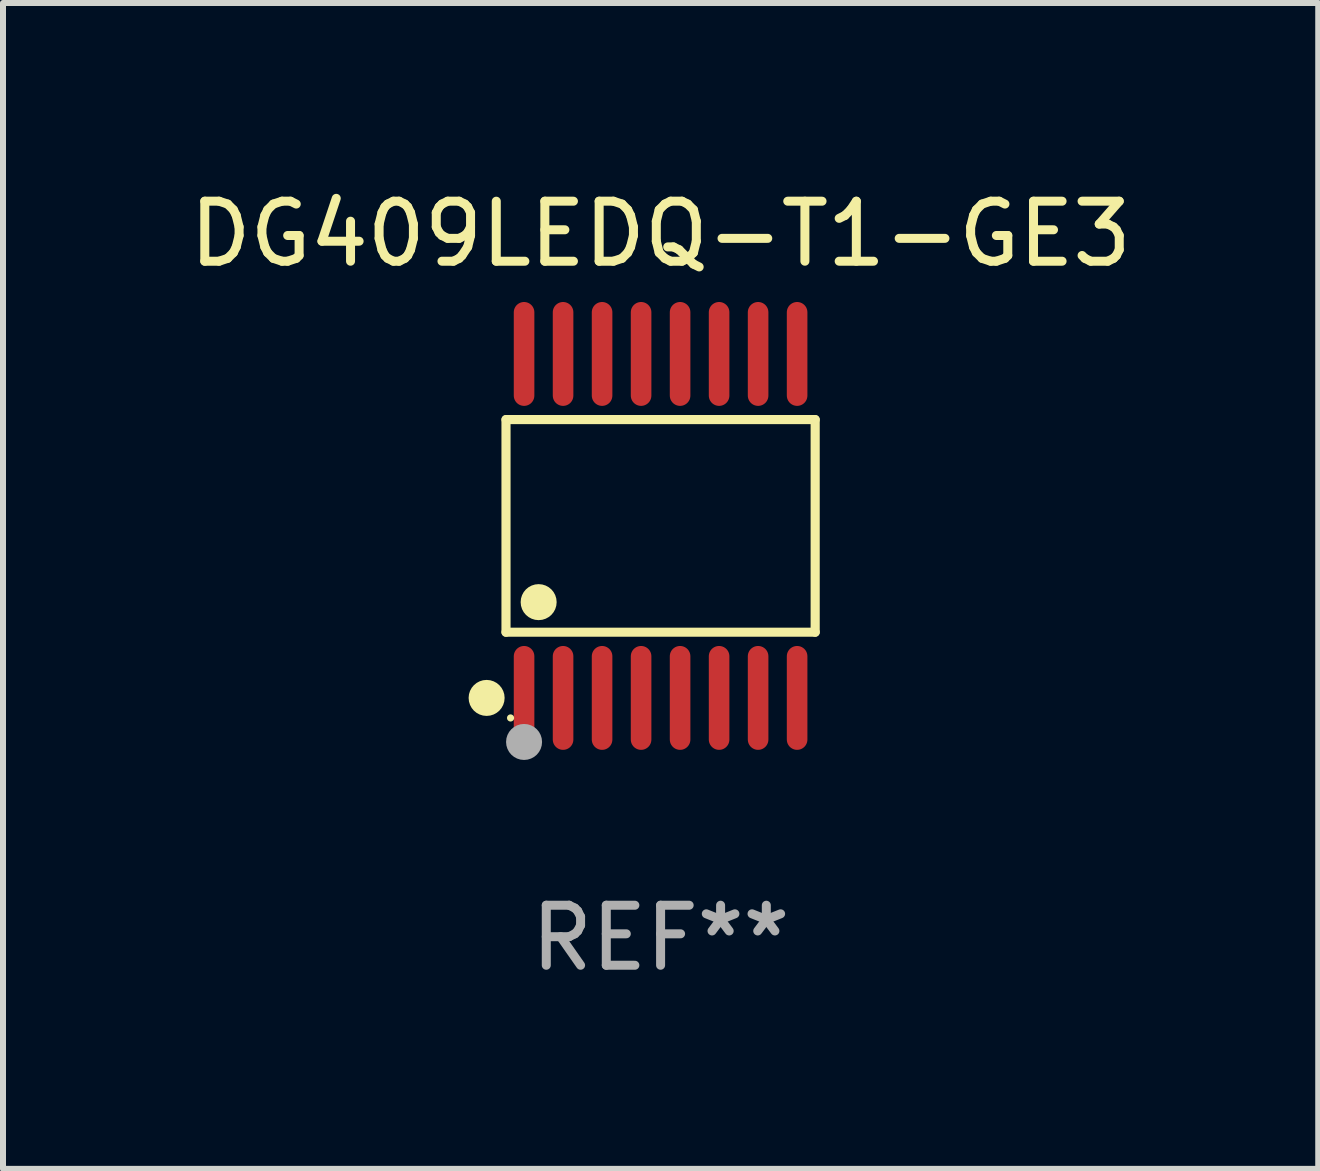
<source format=kicad_pcb>
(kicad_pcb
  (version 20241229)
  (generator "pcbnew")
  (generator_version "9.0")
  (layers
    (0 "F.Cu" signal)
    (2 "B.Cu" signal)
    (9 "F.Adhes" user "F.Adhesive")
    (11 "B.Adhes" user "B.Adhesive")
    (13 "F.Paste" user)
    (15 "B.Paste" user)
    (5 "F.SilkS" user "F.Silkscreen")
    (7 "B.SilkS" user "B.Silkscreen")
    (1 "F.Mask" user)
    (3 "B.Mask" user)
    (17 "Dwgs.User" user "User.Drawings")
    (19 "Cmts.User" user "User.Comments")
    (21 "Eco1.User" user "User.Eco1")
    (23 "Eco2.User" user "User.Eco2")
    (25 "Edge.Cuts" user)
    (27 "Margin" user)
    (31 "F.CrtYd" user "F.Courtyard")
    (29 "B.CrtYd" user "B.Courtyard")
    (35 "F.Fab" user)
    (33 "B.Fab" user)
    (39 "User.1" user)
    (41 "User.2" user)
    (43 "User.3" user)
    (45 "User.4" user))
  (footprint "DG409LEDQ-T1-GE3"
    (layer "F.Cu")
    (at 7.958 5.714)
    (property "Reference" "DG409LEDQ-T1-GE3" (at 0 -4.866 0) (layer "F.SilkS") (effects (font (size 1 1) (thickness 0.15))))
    (attr through_hole)
    (fp_line (start -2.576 -1.772) (end 2.576 -1.772) (stroke (width 0.152) (type solid)) (layer "F.SilkS"))
    (fp_line (start -2.576 1.771) (end -2.576 -1.772) (stroke (width 0.152) (type solid)) (layer "F.SilkS"))
    (fp_line (start 2.576 -1.772) (end 2.576 1.771) (stroke (width 0.152) (type solid)) (layer "F.SilkS"))
    (fp_line (start 2.576 1.771) (end -2.576 1.771) (stroke (width 0.152) (type solid)) (layer "F.SilkS"))
    (fp_circle (center -2.899 2.866) (end -2.749 2.866) (stroke (width 0.3) (type solid)) (fill no) (layer "F.SilkS"))
    (fp_circle (center -2.5 3.2) (end -2.47 3.2) (stroke (width 0.06) (type solid)) (fill no) (layer "F.SilkS"))
    (fp_circle (center -2.032 1.27) (end -1.882 1.27) (stroke (width 0.3) (type solid)) (fill no) (layer "F.SilkS"))
    (fp_circle (center -2.275 3.6) (end -2.125 3.6) (stroke (width 0.3) (type solid)) (fill no) (layer "F.Fab"))
    (fp_text user "REF**" (at 0 6.866 0) (layer "F.Fab") (effects (font (size 1 1) (thickness 0.15))))
    (pad "1" smd oval (at -2.275 2.866) (size 0.343 1.731) (layers "F.Cu" "F.Mask" "F.Paste"))
    (pad "2" smd oval (at -1.625 2.866) (size 0.343 1.731) (layers "F.Cu" "F.Mask" "F.Paste"))
    (pad "3" smd oval (at -0.975 2.866) (size 0.343 1.731) (layers "F.Cu" "F.Mask" "F.Paste"))
    (pad "4" smd oval (at -0.325 2.866) (size 0.343 1.731) (layers "F.Cu" "F.Mask" "F.Paste"))
    (pad "5" smd oval (at 0.325 2.866) (size 0.343 1.731) (layers "F.Cu" "F.Mask" "F.Paste"))
    (pad "6" smd oval (at 0.975 2.866) (size 0.343 1.731) (layers "F.Cu" "F.Mask" "F.Paste"))
    (pad "7" smd oval (at 1.625 2.866) (size 0.343 1.731) (layers "F.Cu" "F.Mask" "F.Paste"))
    (pad "8" smd oval (at 2.275 2.866) (size 0.343 1.731) (layers "F.Cu" "F.Mask" "F.Paste"))
    (pad "9" smd oval (at 2.275 -2.866) (size 0.343 1.731) (layers "F.Cu" "F.Mask" "F.Paste"))
    (pad "10" smd oval (at 1.625 -2.866) (size 0.343 1.731) (layers "F.Cu" "F.Mask" "F.Paste"))
    (pad "11" smd oval (at 0.975 -2.866) (size 0.343 1.731) (layers "F.Cu" "F.Mask" "F.Paste"))
    (pad "12" smd oval (at 0.325 -2.866) (size 0.343 1.731) (layers "F.Cu" "F.Mask" "F.Paste"))
    (pad "13" smd oval (at -0.325 -2.866) (size 0.343 1.731) (layers "F.Cu" "F.Mask" "F.Paste"))
    (pad "14" smd oval (at -0.975 -2.866) (size 0.343 1.731) (layers "F.Cu" "F.Mask" "F.Paste"))
    (pad "15" smd oval (at -1.625 -2.866) (size 0.343 1.731) (layers "F.Cu" "F.Mask" "F.Paste"))
    (pad "16" smd oval (at -2.275 -2.866) (size 0.343 1.731) (layers "F.Cu" "F.Mask" "F.Paste")))
  (gr_rect
    (start -3 -3)
    (end 18.917 16.428)
    (stroke (width 0.1) (type default))
    (fill no)
    (layer "Edge.Cuts")))
</source>
